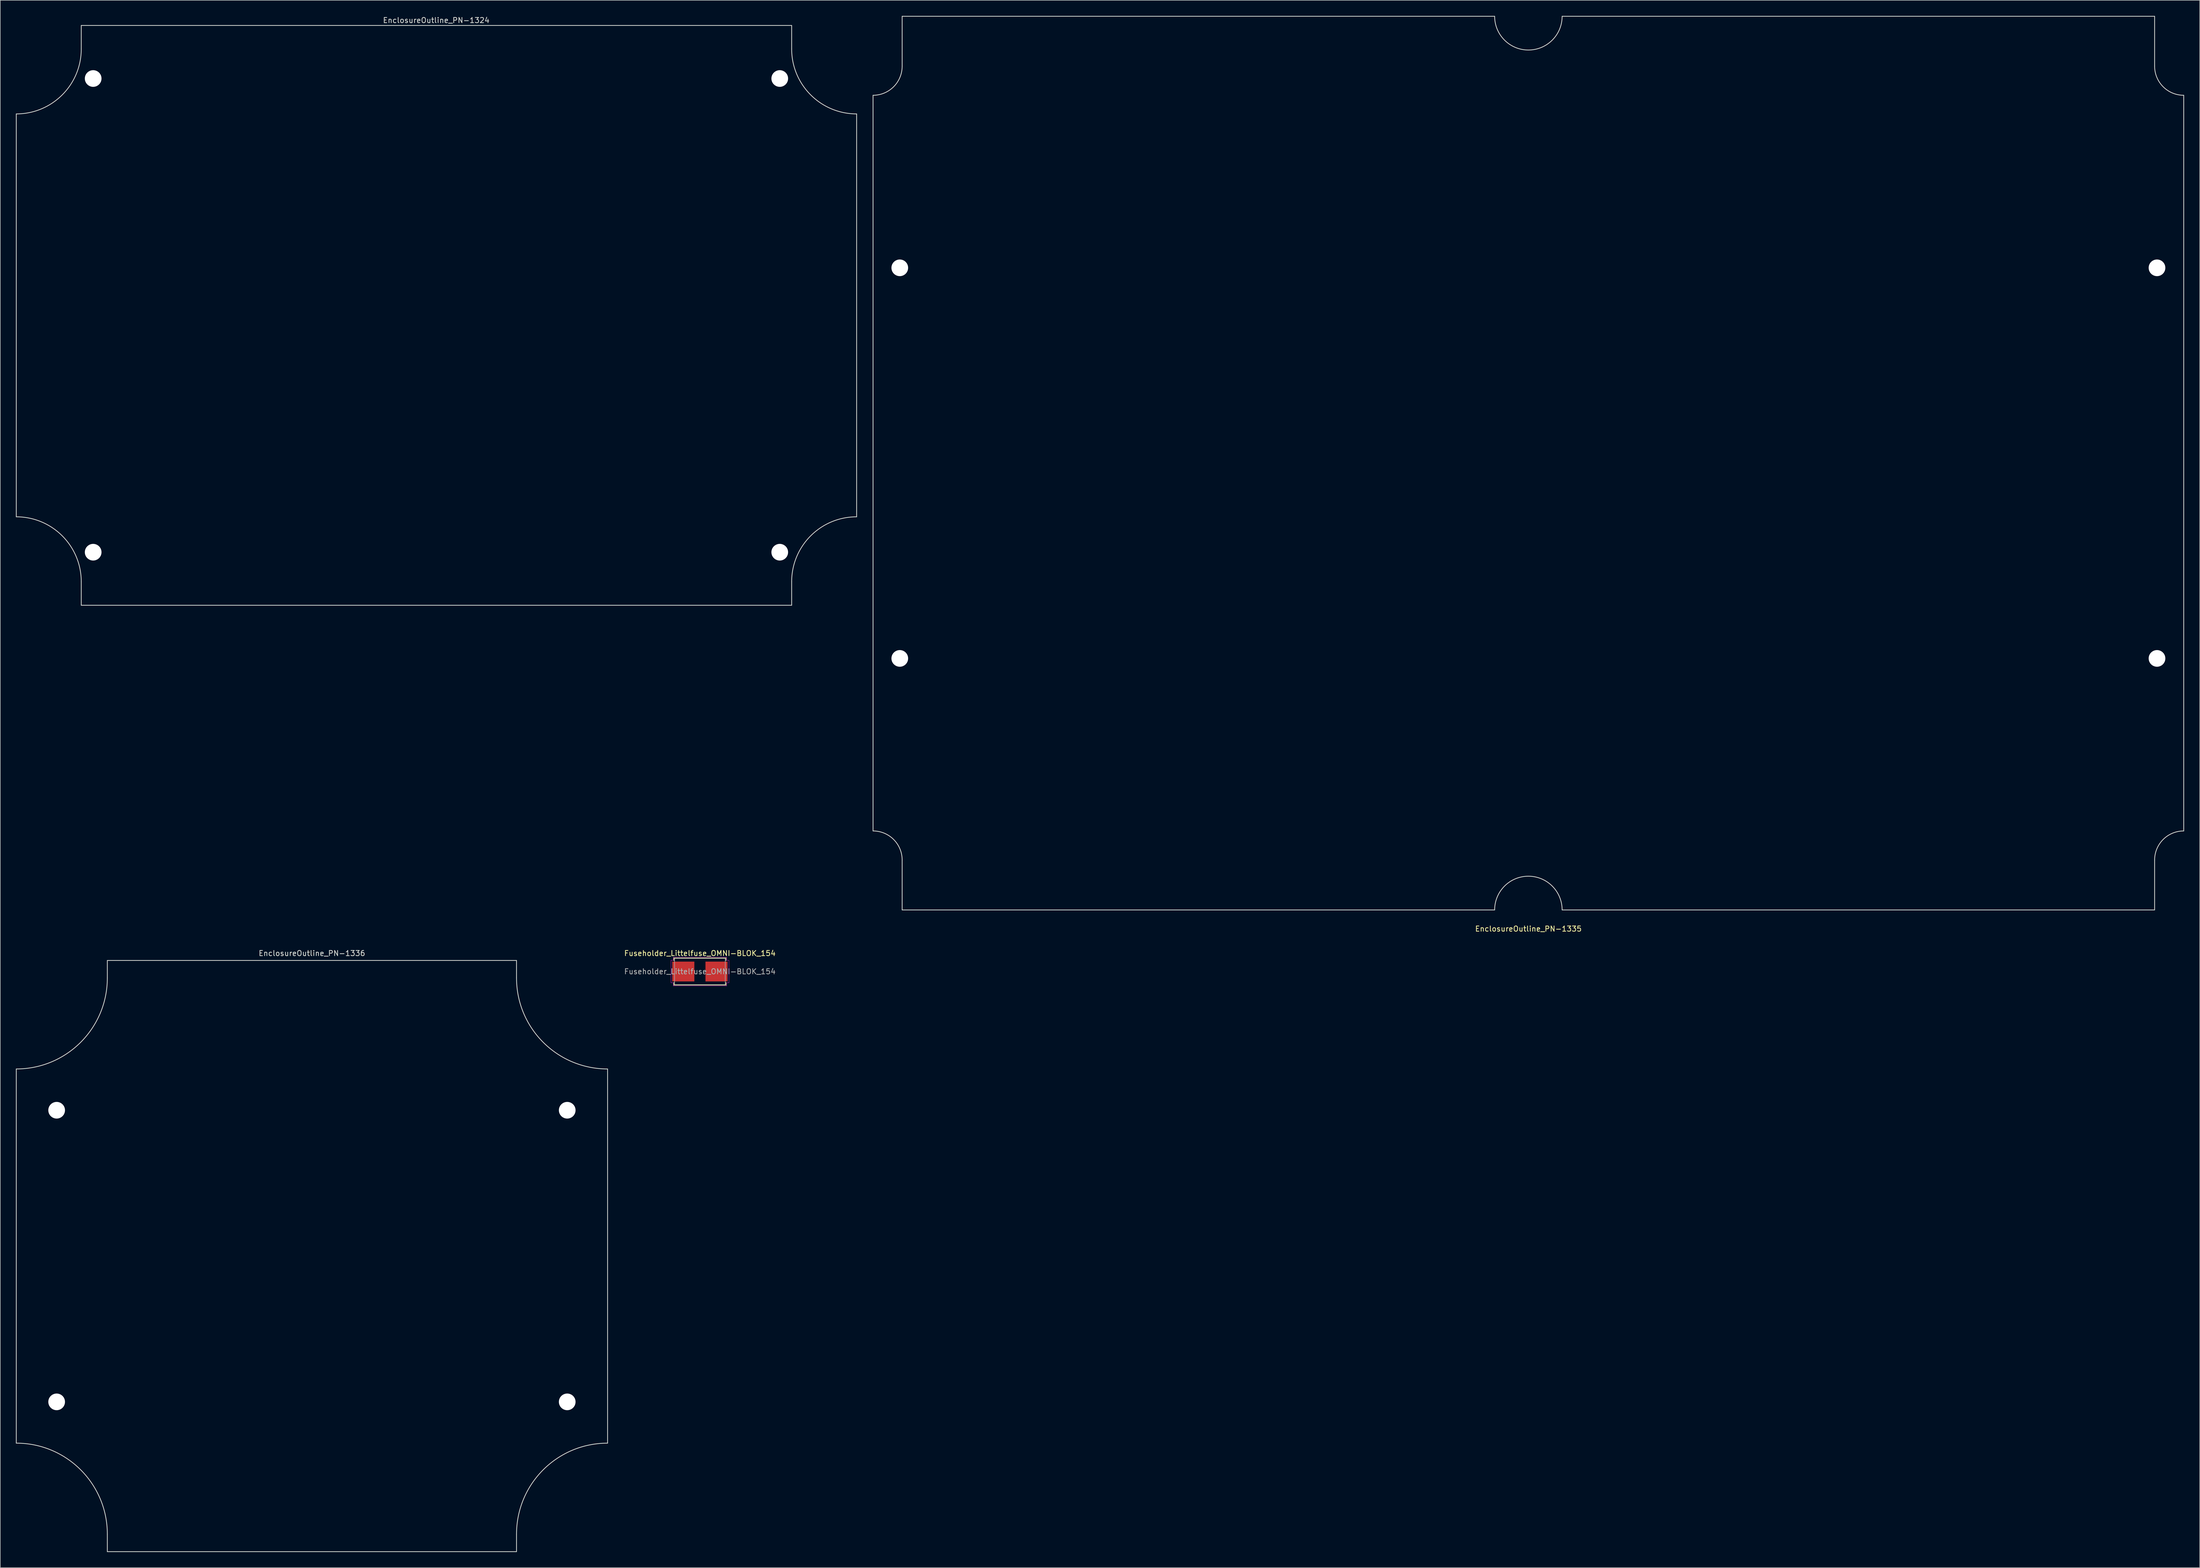
<source format=kicad_pcb>
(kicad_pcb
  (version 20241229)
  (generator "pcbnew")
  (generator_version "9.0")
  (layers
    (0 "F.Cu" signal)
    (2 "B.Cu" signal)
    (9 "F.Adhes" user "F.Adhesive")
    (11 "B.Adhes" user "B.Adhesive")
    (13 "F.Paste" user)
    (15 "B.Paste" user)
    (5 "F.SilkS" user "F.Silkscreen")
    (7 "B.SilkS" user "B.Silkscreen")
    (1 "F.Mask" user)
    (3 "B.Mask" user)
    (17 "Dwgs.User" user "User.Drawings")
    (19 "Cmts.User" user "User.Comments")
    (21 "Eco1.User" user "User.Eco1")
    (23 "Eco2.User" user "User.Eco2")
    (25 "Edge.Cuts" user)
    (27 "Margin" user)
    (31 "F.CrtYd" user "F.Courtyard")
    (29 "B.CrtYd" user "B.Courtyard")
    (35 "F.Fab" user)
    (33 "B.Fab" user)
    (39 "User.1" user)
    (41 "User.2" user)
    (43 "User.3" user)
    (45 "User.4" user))
  (footprint "EnclosureOutline_PN-1335"
    (layer "F.Cu")
    (at 290.296 85.851)
    (property "Reference" "EnclosureOutline_PN-1335" (at 0 89.4 0) (layer "F.SilkS") (effects (font (size 1 1) (thickness 0.15))))
    (attr through_hole)
    (fp_line (start -125.781 -70.612) (end -125.781 70.612) (stroke (width 0.15) (type solid)) (layer "Edge.Cuts"))
    (fp_line (start -120.193 -85.776) (end -120.193 -76.2) (stroke (width 0.15) (type solid)) (layer "Edge.Cuts"))
    (fp_line (start -120.193 85.776) (end -120.193 76.2) (stroke (width 0.15) (type solid)) (layer "Edge.Cuts"))
    (fp_line (start -6.477 -85.776) (end -120.193 -85.776) (stroke (width 0.15) (type solid)) (layer "Edge.Cuts"))
    (fp_line (start -6.477 85.776) (end -120.193 85.776) (stroke (width 0.15) (type solid)) (layer "Edge.Cuts"))
    (fp_line (start 6.477 -85.776) (end 120.193 -85.776) (stroke (width 0.15) (type solid)) (layer "Edge.Cuts"))
    (fp_line (start 6.477 85.776) (end 120.193 85.776) (stroke (width 0.15) (type solid)) (layer "Edge.Cuts"))
    (fp_line (start 120.193 -85.776) (end 120.193 -76.2) (stroke (width 0.15) (type solid)) (layer "Edge.Cuts"))
    (fp_line (start 120.193 85.776) (end 120.193 76.2) (stroke (width 0.15) (type solid)) (layer "Edge.Cuts"))
    (fp_line (start 125.781 -70.612) (end 125.781 70.612) (stroke (width 0.15) (type solid)) (layer "Edge.Cuts"))
    (fp_arc (start -125.7808 70.612) (mid -121.829487 72.248687) (end -120.1928 76.2) (stroke (width 0.15) (type solid)) (layer "Edge.Cuts"))
    (fp_arc (start -120.1928 -76.2) (mid -121.829487 -72.248687) (end -125.7808 -70.612) (stroke (width 0.15) (type solid)) (layer "Edge.Cuts"))
    (fp_arc (start -6.477 85.7758) (mid 0 79.2988) (end 6.477 85.7758) (stroke (width 0.15) (type solid)) (layer "Edge.Cuts"))
    (fp_arc (start 6.477 -85.7758) (mid 0 -79.2988) (end -6.477 -85.7758) (stroke (width 0.15) (type solid)) (layer "Edge.Cuts"))
    (fp_arc (start 120.1928 76.2) (mid 121.829487 72.248687) (end 125.7808 70.612) (stroke (width 0.15) (type solid)) (layer "Edge.Cuts"))
    (fp_arc (start 125.7808 -70.612) (mid 121.829487 -72.248687) (end 120.1928 -76.2) (stroke (width 0.15) (type solid)) (layer "Edge.Cuts"))
    (pad "" np_thru_hole circle (at -120.65 -37.49) (size 3.2 3.2) (drill 3.2) (layers "*.Cu" "*.Mask"))
    (pad "" np_thru_hole circle (at -120.65 37.49) (size 3.2 3.2) (drill 3.2) (layers "*.Cu" "*.Mask"))
    (pad "" np_thru_hole circle (at 120.65 -37.49) (size 3.2 3.2) (drill 3.2) (layers "*.Cu" "*.Mask"))
    (pad "" np_thru_hole circle (at 120.65 37.49) (size 3.2 3.2) (drill 3.2) (layers "*.Cu" "*.Mask")))
  (footprint "EnclosureOutline_PN-1336"
    (layer "F.Cu")
    (at 56.819 238.067)
    (property "Reference" "EnclosureOutline_PN-1336" (at 0 -58.12 0) (layer "Edge.Cuts") (effects (font (size 1 1) (thickness 0.15))))
    (attr through_hole)
    (fp_line (start -56.744 -35.916) (end -56.744 35.916) (stroke (width 0.15) (type solid)) (layer "Edge.Cuts"))
    (fp_line (start -39.268 -56.744) (end 39.268 -56.744) (stroke (width 0.15) (type solid)) (layer "Edge.Cuts"))
    (fp_line (start -39.268 -53.391) (end -39.268 -56.744) (stroke (width 0.15) (type solid)) (layer "Edge.Cuts"))
    (fp_line (start -39.268 53.391) (end -39.268 56.744) (stroke (width 0.15) (type solid)) (layer "Edge.Cuts"))
    (fp_line (start -39.268 56.744) (end 39.268 56.744) (stroke (width 0.15) (type solid)) (layer "Edge.Cuts"))
    (fp_line (start 39.268 -53.391) (end 39.268 -56.744) (stroke (width 0.15) (type solid)) (layer "Edge.Cuts"))
    (fp_line (start 39.268 53.391) (end 39.268 56.744) (stroke (width 0.15) (type solid)) (layer "Edge.Cuts"))
    (fp_line (start 56.744 -35.916) (end 56.744 35.916) (stroke (width 0.15) (type solid)) (layer "Edge.Cuts"))
    (fp_arc (start -56.7436 35.9156) (mid -44.386768 41.033968) (end -39.2684 53.3908) (stroke (width 0.15) (type solid)) (layer "Edge.Cuts"))
    (fp_arc (start -39.2684 -53.3908) (mid -44.386768 -41.033968) (end -56.7436 -35.9156) (stroke (width 0.15) (type solid)) (layer "Edge.Cuts"))
    (fp_arc (start 39.2684 53.3908) (mid 44.386768 41.033968) (end 56.7436 35.9156) (stroke (width 0.15) (type solid)) (layer "Edge.Cuts"))
    (fp_arc (start 56.7436 -35.9156) (mid 44.386768 -41.033968) (end 39.2684 -53.3908) (stroke (width 0.15) (type solid)) (layer "Edge.Cuts"))
    (pad "" np_thru_hole circle (at -48.997 -27.991) (size 3.2 3.2) (drill 3.2) (layers "*.Cu" "*.Mask"))
    (pad "" np_thru_hole circle (at -48.997 27.991) (size 3.2 3.2) (drill 3.2) (layers "*.Cu" "*.Mask"))
    (pad "" np_thru_hole circle (at 48.997 -27.991) (size 3.2 3.2) (drill 3.2) (layers "*.Cu" "*.Mask"))
    (pad "" np_thru_hole circle (at 48.997 27.991) (size 3.2 3.2) (drill 3.2) (layers "*.Cu" "*.Mask")))
  (footprint "EnclosureOutline_PN-1324"
    (layer "F.Cu")
    (at 80.72 57.488)
    (property "Reference" "EnclosureOutline_PN-1324" (at -0.04 -56.64 0) (layer "Edge.Cuts") (effects (font (size 1 1) (thickness 0.15))))
    (attr through_hole)
    (fp_line (start -80.645 -38.672) (end -80.645 38.672) (stroke (width 0.15) (type solid)) (layer "Edge.Cuts"))
    (fp_line (start -68.174 -55.651) (end 68.174 -55.651) (stroke (width 0.15) (type solid)) (layer "Edge.Cuts"))
    (fp_line (start -68.174 -51.143) (end -68.174 -55.651) (stroke (width 0.15) (type solid)) (layer "Edge.Cuts"))
    (fp_line (start -68.174 55.651) (end -68.174 51.143) (stroke (width 0.15) (type solid)) (layer "Edge.Cuts"))
    (fp_line (start -68.174 55.651) (end 68.174 55.651) (stroke (width 0.15) (type solid)) (layer "Edge.Cuts"))
    (fp_line (start 68.174 -51.143) (end 68.174 -55.651) (stroke (width 0.15) (type solid)) (layer "Edge.Cuts"))
    (fp_line (start 68.174 51.143) (end 68.174 55.651) (stroke (width 0.15) (type solid)) (layer "Edge.Cuts"))
    (fp_line (start 80.645 -38.672) (end 80.645 38.672) (stroke (width 0.15) (type solid)) (layer "Edge.Cuts"))
    (fp_arc (start -80.645 38.6715) (mid -71.826388 42.324288) (end -68.1736 51.1429) (stroke (width 0.15) (type solid)) (layer "Edge.Cuts"))
    (fp_arc (start -68.1736 -51.1429) (mid -71.826388 -42.324288) (end -80.645 -38.6715) (stroke (width 0.15) (type solid)) (layer "Edge.Cuts"))
    (fp_arc (start 68.1736 51.1429) (mid 71.826388 42.324288) (end 80.645 38.6715) (stroke (width 0.15) (type solid)) (layer "Edge.Cuts"))
    (fp_arc (start 80.645 -38.6715) (mid 71.826388 -42.324288) (end 68.1736 -51.1429) (stroke (width 0.15) (type solid)) (layer "Edge.Cuts"))
    (pad "" np_thru_hole circle (at -65.888 -45.466) (size 3.2 3.2) (drill 3.2) (layers "*.Cu" "*.Mask"))
    (pad "" np_thru_hole circle (at -65.888 45.466) (size 3.2 3.2) (drill 3.2) (layers "*.Cu" "*.Mask"))
    (pad "" np_thru_hole circle (at 65.888 -45.466) (size 3.2 3.2) (drill 3.2) (layers "*.Cu" "*.Mask"))
    (pad "" np_thru_hole circle (at 65.888 45.466) (size 3.2 3.2) (drill 3.2) (layers "*.Cu" "*.Mask")))
  (footprint "Fuseholder_Littelfuse_OMNI-BLOK_154"
    (layer "F.Cu")
    (at 131.286 183.447)
    (property "Reference" "Fuseholder_Littelfuse_OMNI-BLOK_154" (at 0 -3.5 0) (layer "F.SilkS") (effects (font (size 1 1) (thickness 0.15))))
    (attr through_hole)
    (fp_line (start -5 -2.6) (end 5 -2.6) (stroke (width 0.12) (type solid)) (layer "F.SilkS"))
    (fp_line (start -5 -2.1) (end -5 -2.6) (stroke (width 0.12) (type solid)) (layer "F.SilkS"))
    (fp_line (start -5 2.1) (end -5 2.6) (stroke (width 0.12) (type solid)) (layer "F.SilkS"))
    (fp_line (start -5 2.6) (end 5 2.6) (stroke (width 0.12) (type solid)) (layer "F.SilkS"))
    (fp_line (start 5 -2.6) (end 5 -2.1) (stroke (width 0.12) (type solid)) (layer "F.SilkS"))
    (fp_line (start 5 2.6) (end 5 2.1) (stroke (width 0.12) (type solid)) (layer "F.SilkS"))
    (fp_line (start -5.555 -2.155) (end -5.555 2.155) (stroke (width 0.05) (type solid)) (layer "F.CrtYd"))
    (fp_line (start -5.555 2.155) (end -5.115 2.155) (stroke (width 0.05) (type solid)) (layer "F.CrtYd"))
    (fp_line (start -5.115 -2.765) (end 5.135 -2.765) (stroke (width 0.05) (type solid)) (layer "F.CrtYd"))
    (fp_line (start -5.115 -2.155) (end -5.555 -2.155) (stroke (width 0.05) (type solid)) (layer "F.CrtYd"))
    (fp_line (start -5.115 -2.155) (end -5.115 -2.765) (stroke (width 0.05) (type solid)) (layer "F.CrtYd"))
    (fp_line (start -5.115 2.155) (end -5.115 2.765) (stroke (width 0.05) (type solid)) (layer "F.CrtYd"))
    (fp_line (start -5.115 2.765) (end 5.135 2.765) (stroke (width 0.05) (type solid)) (layer "F.CrtYd"))
    (fp_line (start 5.135 -2.155) (end 5.135 -2.765) (stroke (width 0.05) (type solid)) (layer "F.CrtYd"))
    (fp_line (start 5.135 2.155) (end 5.135 2.765) (stroke (width 0.05) (type solid)) (layer "F.CrtYd"))
    (fp_line (start 5.135 2.155) (end 5.575 2.155) (stroke (width 0.05) (type solid)) (layer "F.CrtYd"))
    (fp_line (start 5.575 -2.155) (end 5.135 -2.155) (stroke (width 0.05) (type solid)) (layer "F.CrtYd"))
    (fp_line (start 5.575 2.155) (end 5.575 -2.155) (stroke (width 0.05) (type solid)) (layer "F.CrtYd"))
    (fp_line (start -4.865 -2.515) (end -4.865 2.515) (stroke (width 0.1) (type solid)) (layer "F.Fab"))
    (fp_line (start -4.865 -2.515) (end 4.865 -2.515) (stroke (width 0.1) (type solid)) (layer "F.Fab"))
    (fp_line (start -4.865 2.515) (end 4.865 2.515) (stroke (width 0.1) (type solid)) (layer "F.Fab"))
    (fp_line (start 4.865 -2.515) (end 4.865 2.515) (stroke (width 0.1) (type solid)) (layer "F.Fab"))
    (fp_text user "${REFERENCE}" (at 0 0 0) (layer "F.Fab") (effects (font (size 1 1) (thickness 0.15))))
    (pad "1" smd rect (at -3.185 0) (size 4.24 3.81) (layers "F.Cu" "F.Mask" "F.Paste"))
    (pad "2" smd rect (at 3.185 0) (size 4.24 3.81) (layers "F.Cu" "F.Mask" "F.Paste")))
  (gr_rect
    (start -3 -3)
    (end 419.152 297.886)
    (stroke (width 0.1) (type default))
    (fill no)
    (layer "Edge.Cuts")))
</source>
